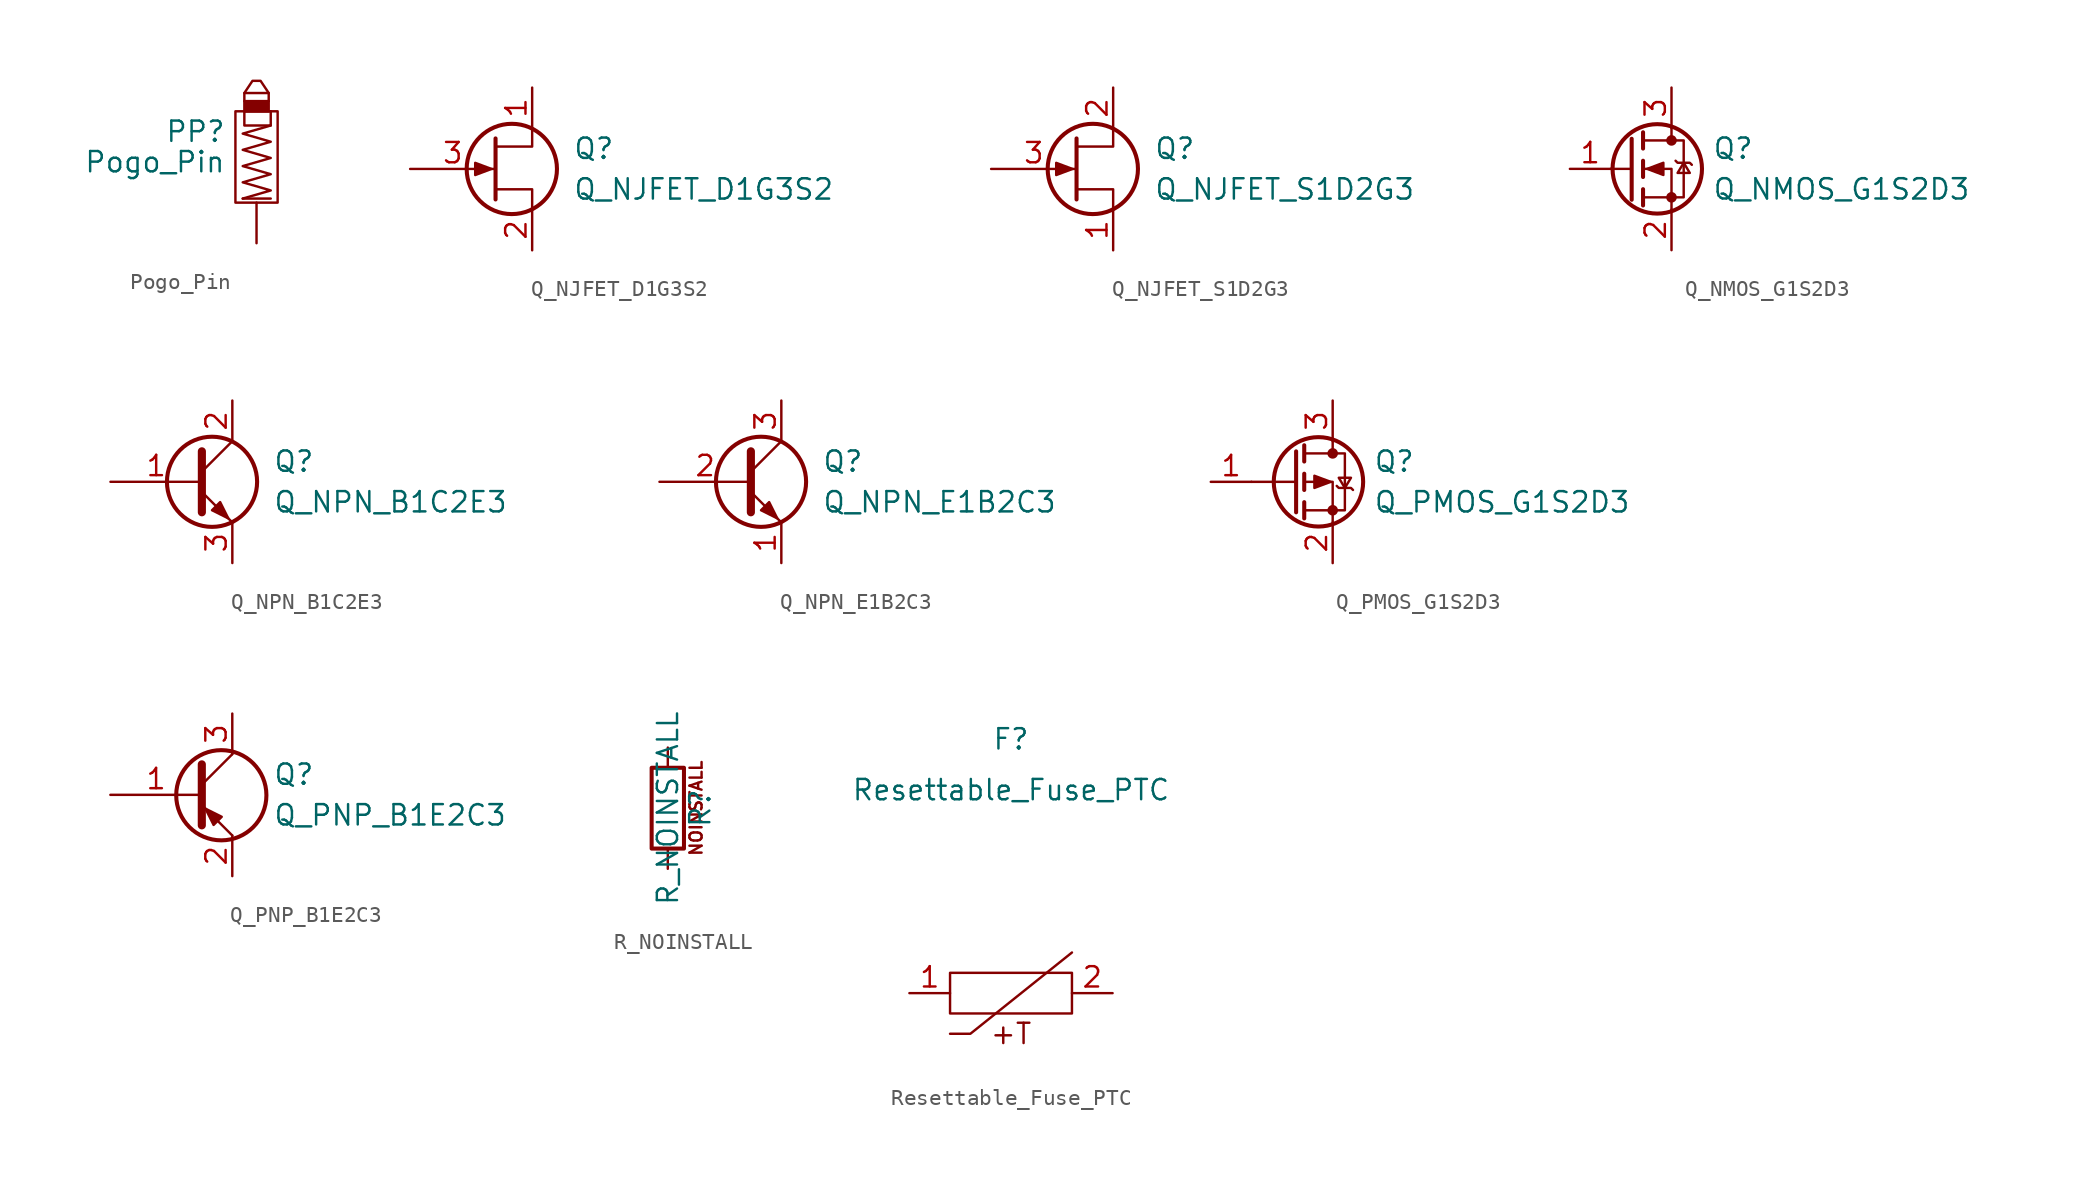
<source format=kicad_sym>
(kicad_symbol_lib
  (version 20211014)
  (generator kicad_symbol_editor)
  (symbol "Pogo_Pin"
    (pin_numbers hide)
    (pin_names
      (offset 1.016) hide)
    (property "Reference" "PP"
      (at -1.905 1.905 0)
      (effects (font (size 1.27 1.27)) (justify right)))
    (property "Value" "Pogo_Pin"
      (at -1.905 0 0)
      (effects (font (size 1.27 1.27)) (justify right)))
    (symbol "Pogo_Pin_0_1"
      (rectangle (start -1.321 3.175) (end 1.321 -2.54) (stroke (width 0) (type default)) (fill (type none)))
      (rectangle (start -0.762 3.175) (end 0.762 3.81) (stroke (width 0) (type default)) (fill (type outline)))
      (rectangle (start -0.762 3.175) (end 0.889 2.286) (stroke (width 0) (type default)) (fill (type none)))
      (rectangle (start -0.762 4.318) (end 0.762 3.81) (stroke (width 0) (type default)) (fill (type none)))
      (polyline (pts (xy -0.864 -2.286) (xy 0.889 -2.286)) (stroke (width 0) (type default)) (fill (type none)))
      (polyline (pts (xy -0.762 4.318) (xy -0.254 5.08) (xy 0.254 5.08) (xy 0.762 4.318)) (stroke (width 0) (type default)) (fill (type none)))
      (polyline (pts (xy -0.864 -2.286) (xy 0.889 -1.778) (xy -0.864 -1.27) (xy 0.889 -0.762) (xy -0.864 -0.254) (xy 0.889 0.254) (xy -0.864 0.762) (xy 0.889 1.27) (xy -0.864 1.778) (xy 0.889 2.286)) (stroke (width 0) (type default)) (fill (type none))))
    (symbol "Pogo_Pin_1_1"
      (pin input line (at 0 -5.08 90) (length 2.54) (name "A" (effects (font (size 1.27 1.27)))) (number "1" (effects (font (size 1.27 1.27)))))))
  (symbol "Q_NJFET_D1G3S2"
    (pin_names
      (offset 0) hide)
    (property "Reference" "Q"
      (at 5.08 1.27 0)
      (effects (font (size 1.27 1.27)) (justify left)))
    (property "Value" "Q_NJFET_D1G3S2"
      (at 5.08 -1.27 0)
      (effects (font (size 1.27 1.27)) (justify left)))
    (symbol "Q_NJFET_D1G3S2_0_1"
      (polyline (pts (xy 0.254 1.905) (xy 0.254 -1.905) (xy 0.254 -1.905)) (stroke (width 0.254) (type default)) (fill (type none)))
      (polyline (pts (xy 2.54 -2.54) (xy 2.54 -1.27) (xy 0.254 -1.27)) (stroke (width 0) (type default)) (fill (type none)))
      (polyline (pts (xy 2.54 2.54) (xy 2.54 1.397) (xy 0.254 1.397)) (stroke (width 0) (type default)) (fill (type none)))
      (polyline (pts (xy 0 0) (xy -1.016 0.381) (xy -1.016 -0.381) (xy 0 0)) (stroke (width 0) (type default)) (fill (type outline)))
      (circle (center 1.27 0) (radius 2.819) (stroke (width 0.254) (type default)) (fill (type none))))
    (symbol "Q_NJFET_D1G3S2_1_1"
      (pin passive line (at 2.54 5.08 270) (length 2.54) (name "D" (effects (font (size 1.27 1.27)))) (number "1" (effects (font (size 1.27 1.27)))))
      (pin passive line (at 2.54 -5.08 90) (length 2.54) (name "S" (effects (font (size 1.27 1.27)))) (number "2" (effects (font (size 1.27 1.27)))))
      (pin input line (at -5.08 0 0) (length 5.334) (name "G" (effects (font (size 1.27 1.27)))) (number "3" (effects (font (size 1.27 1.27)))))))
  (symbol "Q_NJFET_S1D2G3"
    (pin_names
      (offset 0) hide)
    (property "Reference" "Q"
      (at 5.08 1.27 0)
      (effects (font (size 1.27 1.27)) (justify left)))
    (property "Value" "Q_NJFET_S1D2G3"
      (at 5.08 -1.27 0)
      (effects (font (size 1.27 1.27)) (justify left)))
    (symbol "Q_NJFET_S1D2G3_0_1"
      (polyline (pts (xy 0.254 1.905) (xy 0.254 -1.905) (xy 0.254 -1.905)) (stroke (width 0.254) (type default)) (fill (type none)))
      (polyline (pts (xy 2.54 -2.54) (xy 2.54 -1.27) (xy 0.254 -1.27)) (stroke (width 0) (type default)) (fill (type none)))
      (polyline (pts (xy 2.54 2.54) (xy 2.54 1.397) (xy 0.254 1.397)) (stroke (width 0) (type default)) (fill (type none)))
      (polyline (pts (xy 0 0) (xy -1.016 0.381) (xy -1.016 -0.381) (xy 0 0)) (stroke (width 0) (type default)) (fill (type outline)))
      (circle (center 1.27 0) (radius 2.819) (stroke (width 0.254) (type default)) (fill (type none))))
    (symbol "Q_NJFET_S1D2G3_1_1"
      (pin passive line (at 2.54 -5.08 90) (length 2.54) (name "S" (effects (font (size 1.27 1.27)))) (number "1" (effects (font (size 1.27 1.27)))))
      (pin passive line (at 2.54 5.08 270) (length 2.54) (name "D" (effects (font (size 1.27 1.27)))) (number "2" (effects (font (size 1.27 1.27)))))
      (pin input line (at -5.08 0 0) (length 5.334) (name "G" (effects (font (size 1.27 1.27)))) (number "3" (effects (font (size 1.27 1.27)))))))
  (symbol "Q_NMOS_G1S2D3"
    (pin_names
      (offset 0) hide)
    (property "Reference" "Q"
      (at 5.08 1.27 0)
      (effects (font (size 1.27 1.27)) (justify left)))
    (property "Value" "Q_NMOS_G1S2D3"
      (at 5.08 -1.27 0)
      (effects (font (size 1.27 1.27)) (justify left)))
    (symbol "Q_NMOS_G1S2D3_0_1"
      (polyline (pts (xy 0 0) (xy -1.27 0)) (stroke (width 0.152) (type default)) (fill (type none)))
      (polyline (pts (xy 0.051 1.88) (xy 0.051 -1.93)) (stroke (width 0.254) (type default)) (fill (type none)))
      (polyline (pts (xy 0.762 -1.27) (xy 0.762 -2.286)) (stroke (width 0.254) (type default)) (fill (type none)))
      (polyline (pts (xy 0.762 0.508) (xy 0.762 -0.508)) (stroke (width 0.254) (type default)) (fill (type none)))
      (polyline (pts (xy 0.762 2.286) (xy 0.762 1.27)) (stroke (width 0.254) (type default)) (fill (type none)))
      (polyline (pts (xy 2.54 2.54) (xy 2.54 1.778)) (stroke (width 0) (type default)) (fill (type none)))
      (polyline (pts (xy 2.54 -2.54) (xy 2.54 0) (xy 0.762 0)) (stroke (width 0) (type default)) (fill (type none)))
      (polyline (pts (xy 0.762 -1.778) (xy 3.302 -1.778) (xy 3.302 1.778) (xy 0.762 1.778)) (stroke (width 0) (type default)) (fill (type none)))
      (polyline (pts (xy 1.016 0) (xy 2.032 0.381) (xy 2.032 -0.381) (xy 1.016 0)) (stroke (width 0) (type default)) (fill (type outline)))
      (polyline (pts (xy 2.794 0.508) (xy 2.921 0.381) (xy 3.683 0.381) (xy 3.81 0.254)) (stroke (width 0) (type default)) (fill (type none)))
      (polyline (pts (xy 3.302 0.381) (xy 2.921 -0.254) (xy 3.683 -0.254) (xy 3.302 0.381)) (stroke (width 0) (type default)) (fill (type none)))
      (circle (center 1.651 0) (radius 2.794) (stroke (width 0.254) (type default)) (fill (type none)))
      (circle (center 2.54 -1.778) (radius 0.254) (stroke (width 0) (type default)) (fill (type outline)))
      (circle (center 2.54 1.778) (radius 0.254) (stroke (width 0) (type default)) (fill (type outline))))
    (symbol "Q_NMOS_G1S2D3_1_1"
      (pin input line (at -3.81 0 0) (length 2.54) (name "G" (effects (font (size 1.27 1.27)))) (number "1" (effects (font (size 1.27 1.27)))))
      (pin passive line (at 2.54 -5.08 90) (length 2.54) (name "S" (effects (font (size 1.27 1.27)))) (number "2" (effects (font (size 1.27 1.27)))))
      (pin passive line (at 2.54 5.08 270) (length 2.54) (name "D" (effects (font (size 1.27 1.27)))) (number "3" (effects (font (size 1.27 1.27)))))))
  (symbol "Q_NPN_B1C2E3"
    (pin_names
      (offset 0) hide)
    (property "Reference" "Q"
      (at 5.08 1.27 0)
      (effects (font (size 1.27 1.27)) (justify left)))
    (property "Value" "Q_NPN_B1C2E3"
      (at 5.08 -1.27 0)
      (effects (font (size 1.27 1.27)) (justify left)))
    (symbol "Q_NPN_B1C2E3_0_1"
      (polyline (pts (xy 0.635 0.635) (xy 2.54 2.54)) (stroke (width 0) (type default)) (fill (type none)))
      (polyline (pts (xy 0.635 -0.635) (xy 2.54 -2.54) (xy 2.54 -2.54)) (stroke (width 0) (type default)) (fill (type none)))
      (polyline (pts (xy 0.635 1.905) (xy 0.635 -1.905) (xy 0.635 -1.905)) (stroke (width 0.508) (type default)) (fill (type none)))
      (polyline (pts (xy 1.27 -1.778) (xy 1.778 -1.27) (xy 2.286 -2.286) (xy 1.27 -1.778) (xy 1.27 -1.778)) (stroke (width 0) (type default)) (fill (type outline)))
      (circle (center 1.27 0) (radius 2.819) (stroke (width 0.254) (type default)) (fill (type none))))
    (symbol "Q_NPN_B1C2E3_1_1"
      (pin input line (at -5.08 0 0) (length 5.715) (name "B" (effects (font (size 1.27 1.27)))) (number "1" (effects (font (size 1.27 1.27)))))
      (pin passive line (at 2.54 5.08 270) (length 2.54) (name "C" (effects (font (size 1.27 1.27)))) (number "2" (effects (font (size 1.27 1.27)))))
      (pin passive line (at 2.54 -5.08 90) (length 2.54) (name "E" (effects (font (size 1.27 1.27)))) (number "3" (effects (font (size 1.27 1.27)))))))
  (symbol "Q_NPN_E1B2C3"
    (pin_names
      (offset 0) hide)
    (property "Reference" "Q"
      (at 5.08 1.27 0)
      (effects (font (size 1.27 1.27)) (justify left)))
    (property "Value" "Q_NPN_E1B2C3"
      (at 5.08 -1.27 0)
      (effects (font (size 1.27 1.27)) (justify left)))
    (symbol "Q_NPN_E1B2C3_0_1"
      (polyline (pts (xy 0.635 0.635) (xy 2.54 2.54)) (stroke (width 0) (type default)) (fill (type none)))
      (polyline (pts (xy 0.635 -0.635) (xy 2.54 -2.54) (xy 2.54 -2.54)) (stroke (width 0) (type default)) (fill (type none)))
      (polyline (pts (xy 0.635 1.905) (xy 0.635 -1.905) (xy 0.635 -1.905)) (stroke (width 0.508) (type default)) (fill (type none)))
      (polyline (pts (xy 1.27 -1.778) (xy 1.778 -1.27) (xy 2.286 -2.286) (xy 1.27 -1.778) (xy 1.27 -1.778)) (stroke (width 0) (type default)) (fill (type outline)))
      (circle (center 1.27 0) (radius 2.819) (stroke (width 0.254) (type default)) (fill (type none))))
    (symbol "Q_NPN_E1B2C3_1_1"
      (pin passive line (at 2.54 -5.08 90) (length 2.54) (name "E" (effects (font (size 1.27 1.27)))) (number "1" (effects (font (size 1.27 1.27)))))
      (pin input line (at -5.08 0 0) (length 5.715) (name "B" (effects (font (size 1.27 1.27)))) (number "2" (effects (font (size 1.27 1.27)))))
      (pin passive line (at 2.54 5.08 270) (length 2.54) (name "C" (effects (font (size 1.27 1.27)))) (number "3" (effects (font (size 1.27 1.27)))))))
  (symbol "Q_PMOS_G1S2D3"
    (pin_names
      (offset 0) hide)
    (property "Reference" "Q"
      (at 5.08 1.27 0)
      (effects (font (size 1.27 1.27)) (justify left)))
    (property "Value" "Q_PMOS_G1S2D3"
      (at 5.08 -1.27 0)
      (effects (font (size 1.27 1.27)) (justify left)))
    (symbol "Q_PMOS_G1S2D3_0_1"
      (polyline (pts (xy 0.254 0) (xy -2.54 0)) (stroke (width 0) (type default)) (fill (type none)))
      (polyline (pts (xy 0.254 1.905) (xy 0.254 -1.905)) (stroke (width 0.254) (type default)) (fill (type none)))
      (polyline (pts (xy 0.762 -1.27) (xy 0.762 -2.286)) (stroke (width 0.254) (type default)) (fill (type none)))
      (polyline (pts (xy 0.762 0.508) (xy 0.762 -0.508)) (stroke (width 0.254) (type default)) (fill (type none)))
      (polyline (pts (xy 0.762 2.286) (xy 0.762 1.27)) (stroke (width 0.254) (type default)) (fill (type none)))
      (polyline (pts (xy 2.54 2.54) (xy 2.54 1.778)) (stroke (width 0) (type default)) (fill (type none)))
      (polyline (pts (xy 2.54 -2.54) (xy 2.54 0) (xy 0.762 0)) (stroke (width 0) (type default)) (fill (type none)))
      (polyline (pts (xy 0.762 -1.778) (xy 3.302 -1.778) (xy 3.302 1.778) (xy 0.762 1.778)) (stroke (width 0) (type default)) (fill (type none)))
      (polyline (pts (xy 2.413 0) (xy 1.397 -0.381) (xy 1.397 0.381) (xy 2.413 0)) (stroke (width 0) (type default)) (fill (type outline)))
      (polyline (pts (xy 3.302 -0.381) (xy 3.683 0.254) (xy 2.921 0.254) (xy 3.302 -0.381)) (stroke (width 0) (type default)) (fill (type none)))
      (polyline (pts (xy 3.81 -0.508) (xy 3.683 -0.381) (xy 2.921 -0.381) (xy 2.794 -0.254)) (stroke (width 0) (type default)) (fill (type none)))
      (circle (center 1.651 0) (radius 2.794) (stroke (width 0.254) (type default)) (fill (type none)))
      (circle (center 2.54 -1.778) (radius 0.254) (stroke (width 0) (type default)) (fill (type outline)))
      (circle (center 2.54 1.778) (radius 0.254) (stroke (width 0) (type default)) (fill (type outline))))
    (symbol "Q_PMOS_G1S2D3_1_1"
      (pin input line (at -5.08 0 0) (length 2.54) (name "G" (effects (font (size 1.27 1.27)))) (number "1" (effects (font (size 1.27 1.27)))))
      (pin passive line (at 2.54 -5.08 90) (length 2.54) (name "S" (effects (font (size 1.27 1.27)))) (number "2" (effects (font (size 1.27 1.27)))))
      (pin passive line (at 2.54 5.08 270) (length 2.54) (name "D" (effects (font (size 1.27 1.27)))) (number "3" (effects (font (size 1.27 1.27)))))))
  (symbol "Q_PNP_B1E2C3"
    (pin_names
      (offset 0) hide)
    (property "Reference" "Q"
      (at 5.08 1.27 0)
      (effects (font (size 1.27 1.27)) (justify left)))
    (property "Value" "Q_PNP_B1E2C3"
      (at 5.08 -1.27 0)
      (effects (font (size 1.27 1.27)) (justify left)))
    (symbol "Q_PNP_B1E2C3_0_1"
      (polyline (pts (xy 0.635 0.635) (xy 2.54 2.54)) (stroke (width 0) (type default)) (fill (type none)))
      (polyline (pts (xy 0.635 -0.635) (xy 2.54 -2.54) (xy 2.54 -2.54)) (stroke (width 0) (type default)) (fill (type none)))
      (polyline (pts (xy 0.635 1.905) (xy 0.635 -1.905) (xy 0.635 -1.905)) (stroke (width 0.508) (type default)) (fill (type none)))
      (polyline (pts (xy 1.88 -1.372) (xy 1.372 -1.88) (xy 0.864 -0.864) (xy 1.88 -1.372) (xy 1.88 -1.372)) (stroke (width 0) (type default)) (fill (type outline)))
      (circle (center 1.854 -0.025) (radius 2.819) (stroke (width 0.254) (type default)) (fill (type none))))
    (symbol "Q_PNP_B1E2C3_1_1"
      (pin input line (at -5.08 0 0) (length 5.715) (name "B" (effects (font (size 1.27 1.27)))) (number "1" (effects (font (size 1.27 1.27)))))
      (pin passive line (at 2.54 -5.08 90) (length 2.54) (name "E" (effects (font (size 1.27 1.27)))) (number "2" (effects (font (size 1.27 1.27)))))
      (pin passive line (at 2.54 5.08 270) (length 2.54) (name "C" (effects (font (size 1.27 1.27)))) (number "3" (effects (font (size 1.27 1.27)))))))
  (symbol "R_NOINSTALL"
    (pin_numbers hide)
    (pin_names
      (offset 0))
    (property "Reference" "R"
      (at 2.032 0 90)
      (effects (font (size 1.27 1.27))))
    (property "Value" "R_NOINSTALL"
      (at 0 0 90)
      (effects (font (size 1.27 1.27))))
    (symbol "R_NOINSTALL_0_0"
      (text "NOINSTALL" (at 1.778 0 900) (effects (font (size 0.762 0.762)))))
    (symbol "R_NOINSTALL_0_1"
      (rectangle (start -1.016 -2.54) (end 1.016 2.54) (stroke (width 0.254) (type default)) (fill (type none))))
    (symbol "R_NOINSTALL_1_1"
      (pin passive line (at 0 3.81 270) (length 1.27) (name "~" (effects (font (size 1.27 1.27)))) (number "1" (effects (font (size 1.27 1.27)))))
      (pin passive line (at 0 -3.81 90) (length 1.27) (name "~" (effects (font (size 1.27 1.27)))) (number "2" (effects (font (size 1.27 1.27)))))))
  (symbol "Resettable_Fuse_PTC"
    (pin_names
      (offset 1.016))
    (property "Reference" "F"
      (at 0 15.875 0)
      (effects (font (size 1.27 1.27))))
    (property "Value" "Resettable_Fuse_PTC"
      (at 0 12.7 0)
      (effects (font (size 1.27 1.27))))
    (symbol "Resettable_Fuse_PTC_0_0"
      (text "+T" (at 0 -2.54 0) (effects (font (size 1.27 1.27)))))
    (symbol "Resettable_Fuse_PTC_0_1"
      (polyline (pts (xy -3.81 -2.54) (xy -2.54 -2.54) (xy 3.81 2.54)) (stroke (width 0) (type default)) (fill (type none)))
      (rectangle (start 3.81 -1.27) (end -3.81 1.27) (stroke (width 0) (type default)) (fill (type none))))
    (symbol "Resettable_Fuse_PTC_1_1"
      (pin passive line (at -6.35 0 0) (length 2.54) (name "~" (effects (font (size 1.27 1.27)))) (number "1" (effects (font (size 1.27 1.27)))))
      (pin passive line (at 6.35 0 180) (length 2.54) (name "~" (effects (font (size 1.27 1.27)))) (number "2" (effects (font (size 1.27 1.27))))))))
</source>
